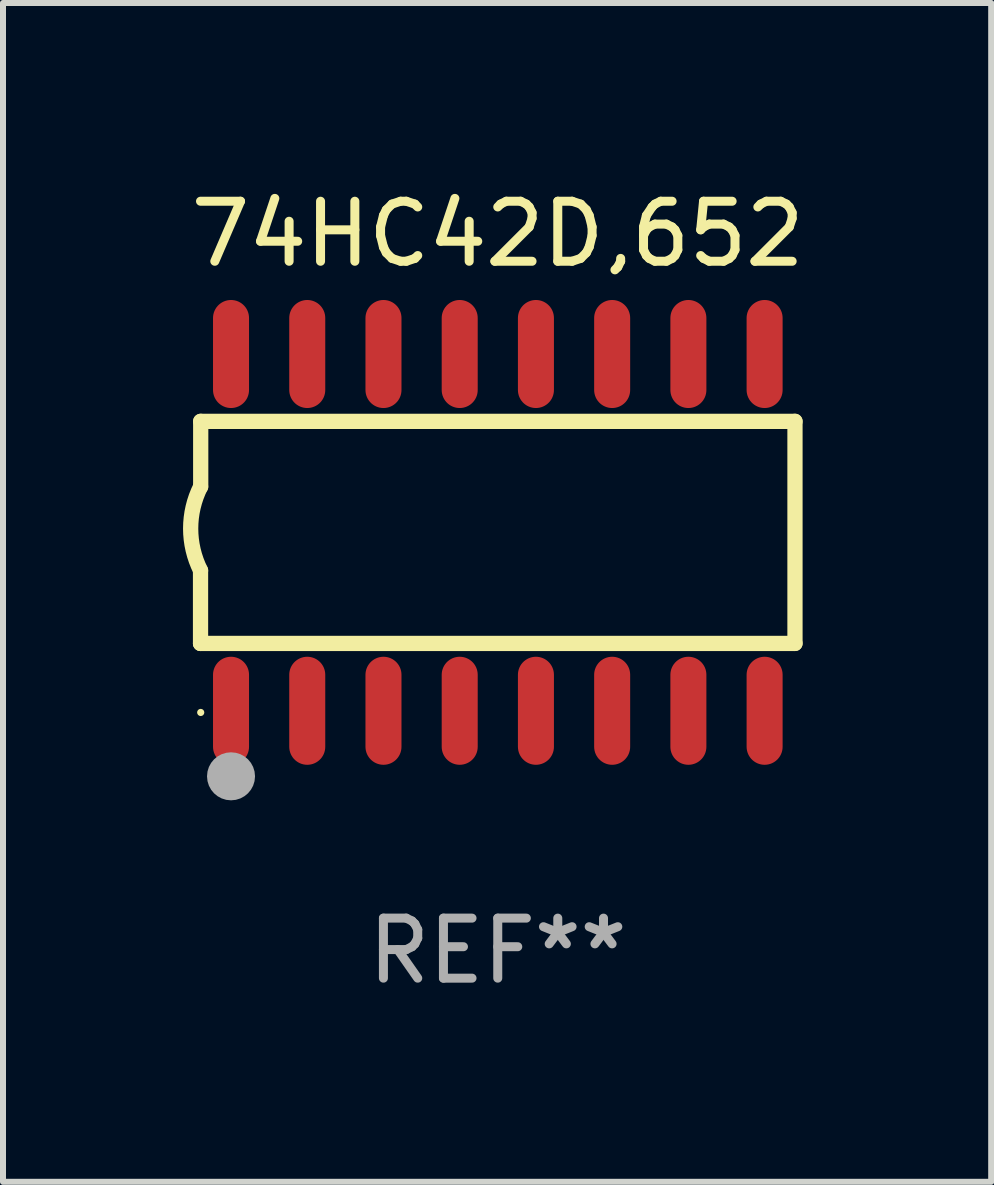
<source format=kicad_pcb>
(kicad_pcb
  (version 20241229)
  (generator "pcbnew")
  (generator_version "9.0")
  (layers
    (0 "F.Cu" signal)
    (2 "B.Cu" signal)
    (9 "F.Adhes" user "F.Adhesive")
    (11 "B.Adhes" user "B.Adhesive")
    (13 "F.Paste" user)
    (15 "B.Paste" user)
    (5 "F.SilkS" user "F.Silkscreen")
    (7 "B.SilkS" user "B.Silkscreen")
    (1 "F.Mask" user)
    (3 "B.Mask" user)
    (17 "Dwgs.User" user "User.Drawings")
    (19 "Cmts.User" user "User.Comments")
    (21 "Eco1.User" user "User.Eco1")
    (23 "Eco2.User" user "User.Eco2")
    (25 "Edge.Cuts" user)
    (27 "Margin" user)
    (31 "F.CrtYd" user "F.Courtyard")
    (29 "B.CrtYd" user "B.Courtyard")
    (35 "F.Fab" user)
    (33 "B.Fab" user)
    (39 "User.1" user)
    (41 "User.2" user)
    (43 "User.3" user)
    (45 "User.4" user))
  (footprint "74HC42D,652"
    (layer "F.Cu")
    (at 5.243 5.82)
    (property "Reference" "74HC42D,652" (at 0 -4.972 0) (layer "F.SilkS") (effects (font (size 1 1) (thickness 0.15))))
    (attr through_hole)
    (fp_line (start -4.952 0.635) (end -4.952 1.85) (stroke (width 0.254) (type solid)) (layer "F.SilkS"))
    (fp_line (start -4.952 1.85) (end -4.949 1.85) (stroke (width 0.254) (type solid)) (layer "F.SilkS"))
    (fp_line (start -4.949 -1.85) (end -4.949 -0.762) (stroke (width 0.254) (type solid)) (layer "F.SilkS"))
    (fp_line (start -4.949 1.85) (end 4.952 1.85) (stroke (width 0.254) (type solid)) (layer "F.SilkS"))
    (fp_line (start 4.952 -1.85) (end -4.949 -1.85) (stroke (width 0.254) (type solid)) (layer "F.SilkS"))
    (fp_line (start 4.952 1.85) (end 4.952 -1.85) (stroke (width 0.254) (type solid)) (layer "F.SilkS"))
    (fp_arc (start -4.951524 0.635001) (mid -5.116418 -0.0635) (end -4.951524 -0.762002) (stroke (width 0.254001) (type solid)) (layer "F.SilkS"))
    (fp_circle (center -4.949 3) (end -4.919 3) (stroke (width 0.06) (type solid)) (fill no) (layer "F.SilkS"))
    (fp_circle (center -4.444 4.064) (end -4.244 4.064) (stroke (width 0.4) (type solid)) (fill no) (layer "F.Fab"))
    (fp_text user "REF**" (at 0 6.972 0) (layer "F.Fab") (effects (font (size 1 1) (thickness 0.15))))
    (pad "1" smd oval (at -4.444 2.972 180) (size 0.6 1.8) (layers "F.Cu" "F.Mask" "F.Paste"))
    (pad "2" smd oval (at -3.174 2.972 180) (size 0.6 1.8) (layers "F.Cu" "F.Mask" "F.Paste"))
    (pad "3" smd oval (at -1.904 2.972 180) (size 0.6 1.8) (layers "F.Cu" "F.Mask" "F.Paste"))
    (pad "4" smd oval (at -0.634 2.972 180) (size 0.6 1.8) (layers "F.Cu" "F.Mask" "F.Paste"))
    (pad "5" smd oval (at 0.636 2.972 180) (size 0.6 1.8) (layers "F.Cu" "F.Mask" "F.Paste"))
    (pad "6" smd oval (at 1.906 2.972 180) (size 0.6 1.8) (layers "F.Cu" "F.Mask" "F.Paste"))
    (pad "7" smd oval (at 3.176 2.972 180) (size 0.6 1.8) (layers "F.Cu" "F.Mask" "F.Paste"))
    (pad "8" smd oval (at 4.446 2.972 180) (size 0.6 1.8) (layers "F.Cu" "F.Mask" "F.Paste"))
    (pad "9" smd oval (at 4.446 -2.972 180) (size 0.6 1.8) (layers "F.Cu" "F.Mask" "F.Paste"))
    (pad "10" smd oval (at 3.176 -2.972 180) (size 0.6 1.8) (layers "F.Cu" "F.Mask" "F.Paste"))
    (pad "11" smd oval (at 1.906 -2.972 180) (size 0.6 1.8) (layers "F.Cu" "F.Mask" "F.Paste"))
    (pad "12" smd oval (at 0.636 -2.972 180) (size 0.6 1.8) (layers "F.Cu" "F.Mask" "F.Paste"))
    (pad "13" smd oval (at -0.634 -2.972 180) (size 0.6 1.8) (layers "F.Cu" "F.Mask" "F.Paste"))
    (pad "14" smd oval (at -1.904 -2.972 180) (size 0.6 1.8) (layers "F.Cu" "F.Mask" "F.Paste"))
    (pad "15" smd oval (at -3.174 -2.972 180) (size 0.6 1.8) (layers "F.Cu" "F.Mask" "F.Paste"))
    (pad "16" smd oval (at -4.444 -2.972 180) (size 0.6 1.8) (layers "F.Cu" "F.Mask" "F.Paste")))
  (gr_rect
    (start -3 -3)
    (end 13.464 16.64)
    (stroke (width 0.1) (type default))
    (fill no)
    (layer "Edge.Cuts")))
</source>
